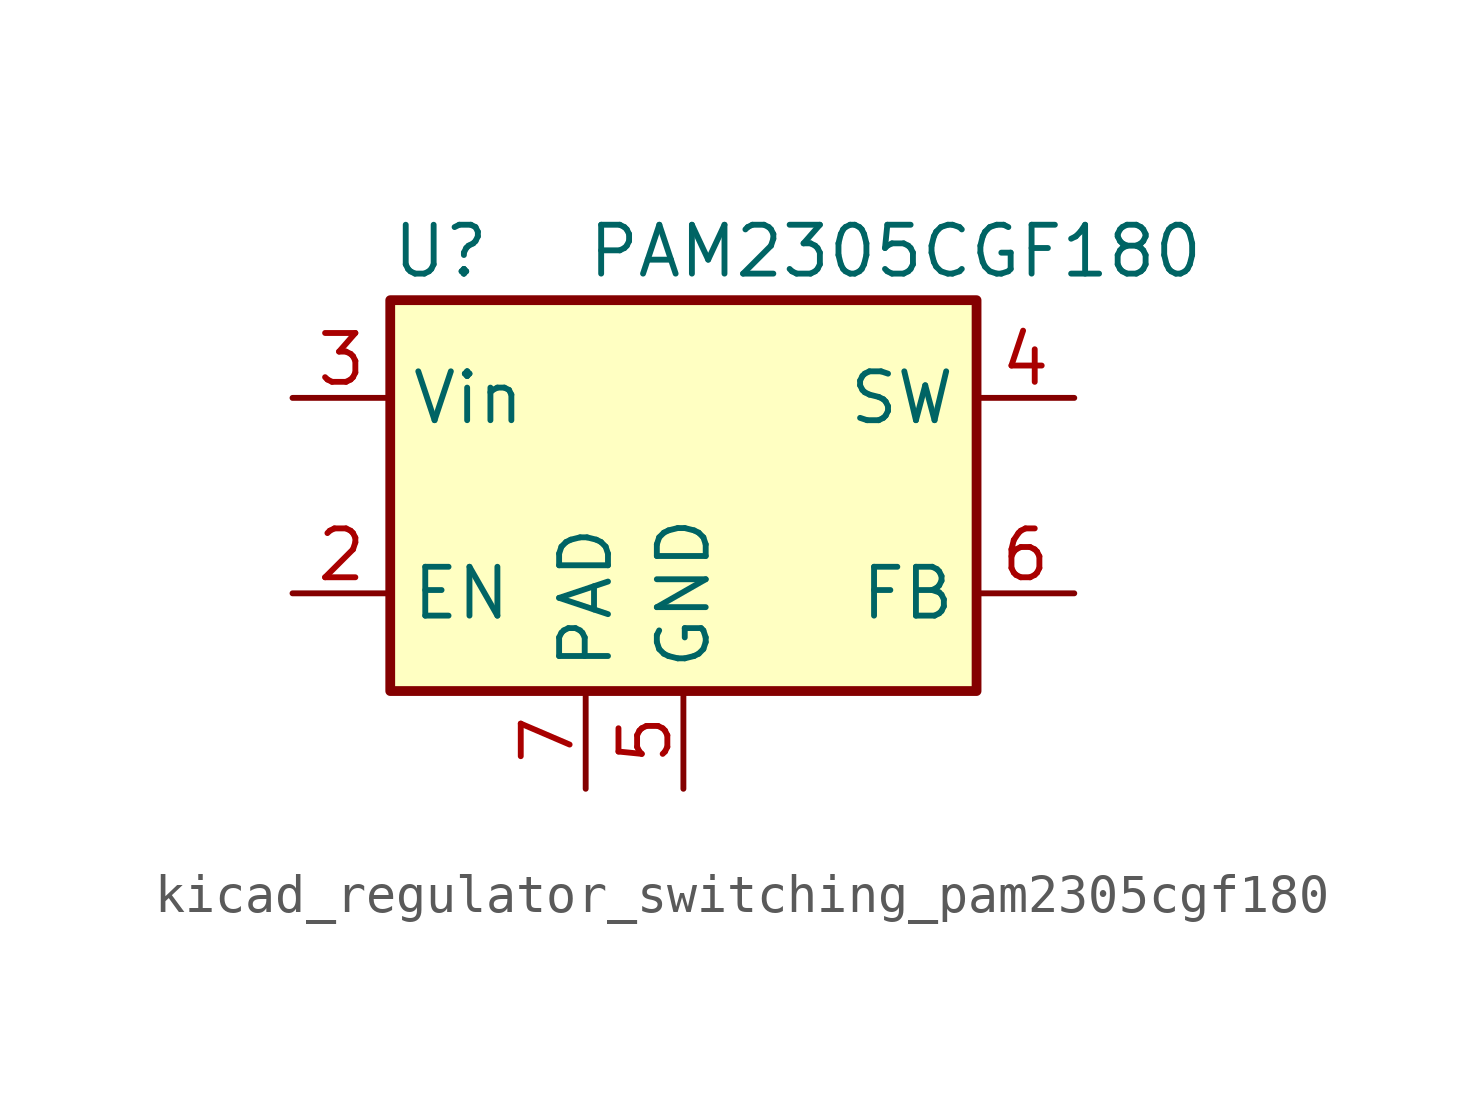
<source format=kicad_sym>
(kicad_symbol_lib
  (version 20220914)
  (generator kicad_symbol_editor)
  (symbol "kicad_regulator_switching_pam2305cgf180"
    (property "Reference" "U"
      (at -7.62 6.35 0)
      (effects (font (size 1.27 1.27)) (justify left)))
    (property "Value" "PAM2305CGF180"
      (at -2.54 6.35 0)
      (effects (font (size 1.27 1.27)) (justify left)))
    (symbol "kicad_regulator_switching_pam2305cgf180_0_1"
      (rectangle (start -7.62 5.08) (end 7.62 -5.08) (stroke (width 0.254) (type default)) (fill (type background))))
    (symbol "kicad_regulator_switching_pam2305cgf180_1_1"
      (pin no_connect line (at -7.62 0 0) (length 2.54) hide (name "NC" (effects (font (size 1.27 1.27)))) (number "1" (effects (font (size 1.27 1.27)))))
      (pin input line (at -10.16 -2.54 0) (length 2.54) (name "EN" (effects (font (size 1.27 1.27)))) (number "2" (effects (font (size 1.27 1.27)))))
      (pin power_in line (at -10.16 2.54 0) (length 2.54) (name "Vin" (effects (font (size 1.27 1.27)))) (number "3" (effects (font (size 1.27 1.27)))))
      (pin output line (at 10.16 2.54 180) (length 2.54) (name "SW" (effects (font (size 1.27 1.27)))) (number "4" (effects (font (size 1.27 1.27)))))
      (pin power_in line (at 0 -7.62 90) (length 2.54) (name "GND" (effects (font (size 1.27 1.27)))) (number "5" (effects (font (size 1.27 1.27)))))
      (pin input line (at 10.16 -2.54 180) (length 2.54) (name "FB" (effects (font (size 1.27 1.27)))) (number "6" (effects (font (size 1.27 1.27)))))
      (pin passive line (at -2.54 -7.62 90) (length 2.54) (name "PAD" (effects (font (size 1.27 1.27)))) (number "7" (effects (font (size 1.27 1.27))))))))
</source>
